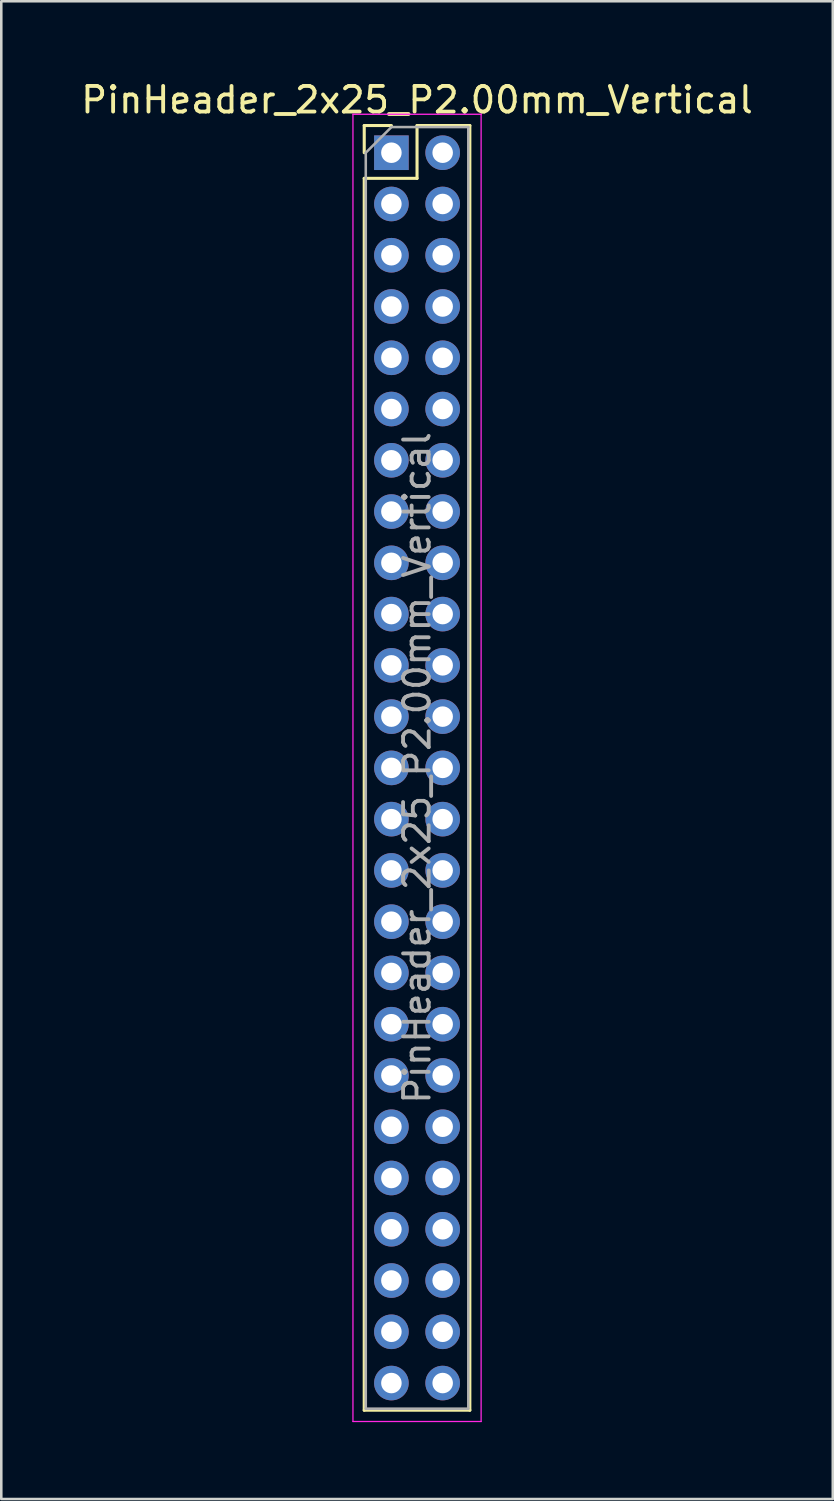
<source format=kicad_pcb>
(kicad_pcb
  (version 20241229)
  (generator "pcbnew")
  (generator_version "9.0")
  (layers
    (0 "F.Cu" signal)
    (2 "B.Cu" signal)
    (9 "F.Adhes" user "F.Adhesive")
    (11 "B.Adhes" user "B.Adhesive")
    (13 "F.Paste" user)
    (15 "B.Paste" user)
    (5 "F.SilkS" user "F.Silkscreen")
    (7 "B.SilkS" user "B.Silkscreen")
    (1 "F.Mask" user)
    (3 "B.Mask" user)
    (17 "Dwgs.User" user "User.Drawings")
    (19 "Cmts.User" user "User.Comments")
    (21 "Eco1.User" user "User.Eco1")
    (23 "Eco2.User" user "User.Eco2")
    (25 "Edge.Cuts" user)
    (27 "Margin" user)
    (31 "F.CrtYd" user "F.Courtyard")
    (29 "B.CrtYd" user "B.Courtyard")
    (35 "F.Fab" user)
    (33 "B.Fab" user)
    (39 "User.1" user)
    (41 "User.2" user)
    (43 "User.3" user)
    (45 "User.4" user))
  (footprint "PinHeader_2x25_P2.00mm_Vertical"
    (layer "F.Cu")
    (at 12.22 2.908)
    (property "Reference" "PinHeader_2x25_P2.00mm_Vertical" (at 1 -2.06 0) (layer "F.SilkS") (effects (font (size 1 1) (thickness 0.15))))
    (attr through_hole)
    (fp_line (start -1.06 -1.06) (end 0 -1.06) (stroke (width 0.12) (type solid)) (layer "F.SilkS"))
    (fp_line (start -1.06 0) (end -1.06 -1.06) (stroke (width 0.12) (type solid)) (layer "F.SilkS"))
    (fp_line (start -1.06 1) (end -1.06 49.06) (stroke (width 0.12) (type solid)) (layer "F.SilkS"))
    (fp_line (start -1.06 1) (end 1 1) (stroke (width 0.12) (type solid)) (layer "F.SilkS"))
    (fp_line (start -1.06 49.06) (end 3.06 49.06) (stroke (width 0.12) (type solid)) (layer "F.SilkS"))
    (fp_line (start 1 -1.06) (end 3.06 -1.06) (stroke (width 0.12) (type solid)) (layer "F.SilkS"))
    (fp_line (start 1 1) (end 1 -1.06) (stroke (width 0.12) (type solid)) (layer "F.SilkS"))
    (fp_line (start 3.06 -1.06) (end 3.06 49.06) (stroke (width 0.12) (type solid)) (layer "F.SilkS"))
    (fp_line (start -1.5 -1.5) (end -1.5 49.5) (stroke (width 0.05) (type solid)) (layer "F.CrtYd"))
    (fp_line (start -1.5 49.5) (end 3.5 49.5) (stroke (width 0.05) (type solid)) (layer "F.CrtYd"))
    (fp_line (start 3.5 -1.5) (end -1.5 -1.5) (stroke (width 0.05) (type solid)) (layer "F.CrtYd"))
    (fp_line (start 3.5 49.5) (end 3.5 -1.5) (stroke (width 0.05) (type solid)) (layer "F.CrtYd"))
    (fp_line (start -1 0) (end 0 -1) (stroke (width 0.1) (type solid)) (layer "F.Fab"))
    (fp_line (start -1 49) (end -1 0) (stroke (width 0.1) (type solid)) (layer "F.Fab"))
    (fp_line (start 0 -1) (end 3 -1) (stroke (width 0.1) (type solid)) (layer "F.Fab"))
    (fp_line (start 3 -1) (end 3 49) (stroke (width 0.1) (type solid)) (layer "F.Fab"))
    (fp_line (start 3 49) (end -1 49) (stroke (width 0.1) (type solid)) (layer "F.Fab"))
    (fp_text user "${REFERENCE}" (at 1 24 90) (layer "F.Fab") (effects (font (size 1 1) (thickness 0.15))))
    (pad "1" thru_hole rect (at 0 0) (size 1.35 1.35) (drill 0.8) (layers "*.Cu" "*.Mask"))
    (pad "2" thru_hole oval (at 2 0) (size 1.35 1.35) (drill 0.8) (layers "*.Cu" "*.Mask"))
    (pad "3" thru_hole oval (at 0 2) (size 1.35 1.35) (drill 0.8) (layers "*.Cu" "*.Mask"))
    (pad "4" thru_hole oval (at 2 2) (size 1.35 1.35) (drill 0.8) (layers "*.Cu" "*.Mask"))
    (pad "5" thru_hole oval (at 0 4) (size 1.35 1.35) (drill 0.8) (layers "*.Cu" "*.Mask"))
    (pad "6" thru_hole oval (at 2 4) (size 1.35 1.35) (drill 0.8) (layers "*.Cu" "*.Mask"))
    (pad "7" thru_hole oval (at 0 6) (size 1.35 1.35) (drill 0.8) (layers "*.Cu" "*.Mask"))
    (pad "8" thru_hole oval (at 2 6) (size 1.35 1.35) (drill 0.8) (layers "*.Cu" "*.Mask"))
    (pad "9" thru_hole oval (at 0 8) (size 1.35 1.35) (drill 0.8) (layers "*.Cu" "*.Mask"))
    (pad "10" thru_hole oval (at 2 8) (size 1.35 1.35) (drill 0.8) (layers "*.Cu" "*.Mask"))
    (pad "11" thru_hole oval (at 0 10) (size 1.35 1.35) (drill 0.8) (layers "*.Cu" "*.Mask"))
    (pad "12" thru_hole oval (at 2 10) (size 1.35 1.35) (drill 0.8) (layers "*.Cu" "*.Mask"))
    (pad "13" thru_hole oval (at 0 12) (size 1.35 1.35) (drill 0.8) (layers "*.Cu" "*.Mask"))
    (pad "14" thru_hole oval (at 2 12) (size 1.35 1.35) (drill 0.8) (layers "*.Cu" "*.Mask"))
    (pad "15" thru_hole oval (at 0 14) (size 1.35 1.35) (drill 0.8) (layers "*.Cu" "*.Mask"))
    (pad "16" thru_hole oval (at 2 14) (size 1.35 1.35) (drill 0.8) (layers "*.Cu" "*.Mask"))
    (pad "17" thru_hole oval (at 0 16) (size 1.35 1.35) (drill 0.8) (layers "*.Cu" "*.Mask"))
    (pad "18" thru_hole oval (at 2 16) (size 1.35 1.35) (drill 0.8) (layers "*.Cu" "*.Mask"))
    (pad "19" thru_hole oval (at 0 18) (size 1.35 1.35) (drill 0.8) (layers "*.Cu" "*.Mask"))
    (pad "20" thru_hole oval (at 2 18) (size 1.35 1.35) (drill 0.8) (layers "*.Cu" "*.Mask"))
    (pad "21" thru_hole oval (at 0 20) (size 1.35 1.35) (drill 0.8) (layers "*.Cu" "*.Mask"))
    (pad "22" thru_hole oval (at 2 20) (size 1.35 1.35) (drill 0.8) (layers "*.Cu" "*.Mask"))
    (pad "23" thru_hole oval (at 0 22) (size 1.35 1.35) (drill 0.8) (layers "*.Cu" "*.Mask"))
    (pad "24" thru_hole oval (at 2 22) (size 1.35 1.35) (drill 0.8) (layers "*.Cu" "*.Mask"))
    (pad "25" thru_hole oval (at 0 24) (size 1.35 1.35) (drill 0.8) (layers "*.Cu" "*.Mask"))
    (pad "26" thru_hole oval (at 2 24) (size 1.35 1.35) (drill 0.8) (layers "*.Cu" "*.Mask"))
    (pad "27" thru_hole oval (at 0 26) (size 1.35 1.35) (drill 0.8) (layers "*.Cu" "*.Mask"))
    (pad "28" thru_hole oval (at 2 26) (size 1.35 1.35) (drill 0.8) (layers "*.Cu" "*.Mask"))
    (pad "29" thru_hole oval (at 0 28) (size 1.35 1.35) (drill 0.8) (layers "*.Cu" "*.Mask"))
    (pad "30" thru_hole oval (at 2 28) (size 1.35 1.35) (drill 0.8) (layers "*.Cu" "*.Mask"))
    (pad "31" thru_hole oval (at 0 30) (size 1.35 1.35) (drill 0.8) (layers "*.Cu" "*.Mask"))
    (pad "32" thru_hole oval (at 2 30) (size 1.35 1.35) (drill 0.8) (layers "*.Cu" "*.Mask"))
    (pad "33" thru_hole oval (at 0 32) (size 1.35 1.35) (drill 0.8) (layers "*.Cu" "*.Mask"))
    (pad "34" thru_hole oval (at 2 32) (size 1.35 1.35) (drill 0.8) (layers "*.Cu" "*.Mask"))
    (pad "35" thru_hole oval (at 0 34) (size 1.35 1.35) (drill 0.8) (layers "*.Cu" "*.Mask"))
    (pad "36" thru_hole oval (at 2 34) (size 1.35 1.35) (drill 0.8) (layers "*.Cu" "*.Mask"))
    (pad "37" thru_hole oval (at 0 36) (size 1.35 1.35) (drill 0.8) (layers "*.Cu" "*.Mask"))
    (pad "38" thru_hole oval (at 2 36) (size 1.35 1.35) (drill 0.8) (layers "*.Cu" "*.Mask"))
    (pad "39" thru_hole oval (at 0 38) (size 1.35 1.35) (drill 0.8) (layers "*.Cu" "*.Mask"))
    (pad "40" thru_hole oval (at 2 38) (size 1.35 1.35) (drill 0.8) (layers "*.Cu" "*.Mask"))
    (pad "41" thru_hole oval (at 0 40) (size 1.35 1.35) (drill 0.8) (layers "*.Cu" "*.Mask"))
    (pad "42" thru_hole oval (at 2 40) (size 1.35 1.35) (drill 0.8) (layers "*.Cu" "*.Mask"))
    (pad "43" thru_hole oval (at 0 42) (size 1.35 1.35) (drill 0.8) (layers "*.Cu" "*.Mask"))
    (pad "44" thru_hole oval (at 2 42) (size 1.35 1.35) (drill 0.8) (layers "*.Cu" "*.Mask"))
    (pad "45" thru_hole oval (at 0 44) (size 1.35 1.35) (drill 0.8) (layers "*.Cu" "*.Mask"))
    (pad "46" thru_hole oval (at 2 44) (size 1.35 1.35) (drill 0.8) (layers "*.Cu" "*.Mask"))
    (pad "47" thru_hole oval (at 0 46) (size 1.35 1.35) (drill 0.8) (layers "*.Cu" "*.Mask"))
    (pad "48" thru_hole oval (at 2 46) (size 1.35 1.35) (drill 0.8) (layers "*.Cu" "*.Mask"))
    (pad "49" thru_hole oval (at 0 48) (size 1.35 1.35) (drill 0.8) (layers "*.Cu" "*.Mask"))
    (pad "50" thru_hole oval (at 2 48) (size 1.35 1.35) (drill 0.8) (layers "*.Cu" "*.Mask")))
  (gr_rect
    (start -3 -3)
    (end 29.44 55.433)
    (stroke (width 0.1) (type default))
    (fill no)
    (layer "Edge.Cuts")))
</source>
